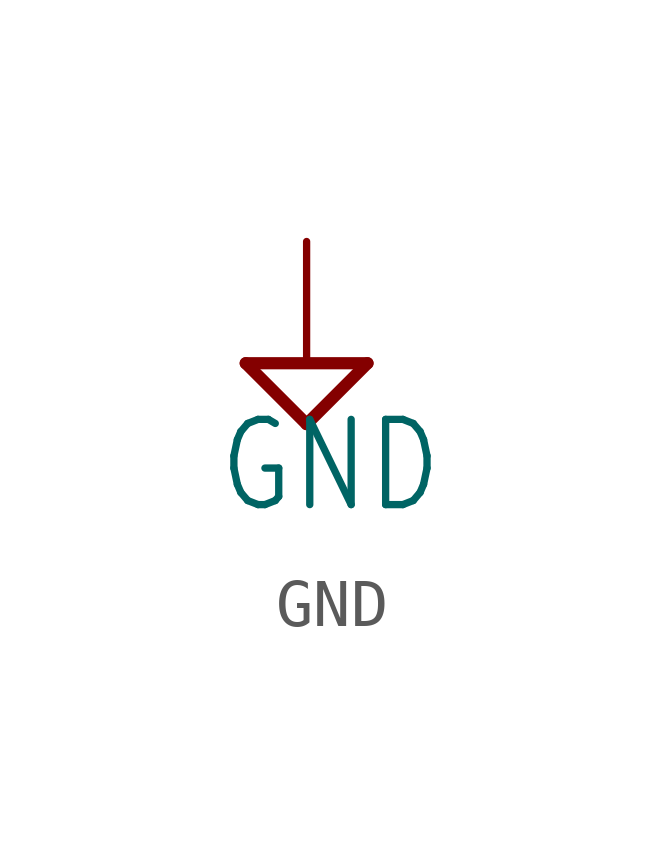
<source format=kicad_sym>
(kicad_symbol_lib
  (version 20210619)
  (generator kicad_symbol_editor)
  (symbol "GND"
    (power)
    (property "Reference" "#SUPPLY"
      (at 0 0 0)
      (effects (font (size 1.27 1.27)) hide))
    (property "Value" "GND"
      (at -1.905 -3.175 0)
      (effects (font (size 1.778 1.511)) (justify left bottom)))
    (property "ki_locked" ""
      (at 0 0 0)
      (effects (font (size 1.27 1.27))))
    (symbol "GND_1_0"
      (polyline (pts (xy -1.27 0) (xy 1.27 0)) (stroke (width 0.254)) (fill (type none)))
      (polyline (pts (xy 0 -1.27) (xy -1.27 0)) (stroke (width 0.254)) (fill (type none)))
      (polyline (pts (xy 1.27 0) (xy 0 -1.27)) (stroke (width 0.254)) (fill (type none)))
      (pin power_in line (at 0 2.54 270) (length 2.54) (name "GND" (effects (font (size 0 0)))) (number "1" (effects (font (size 0 0))))))))
</source>
